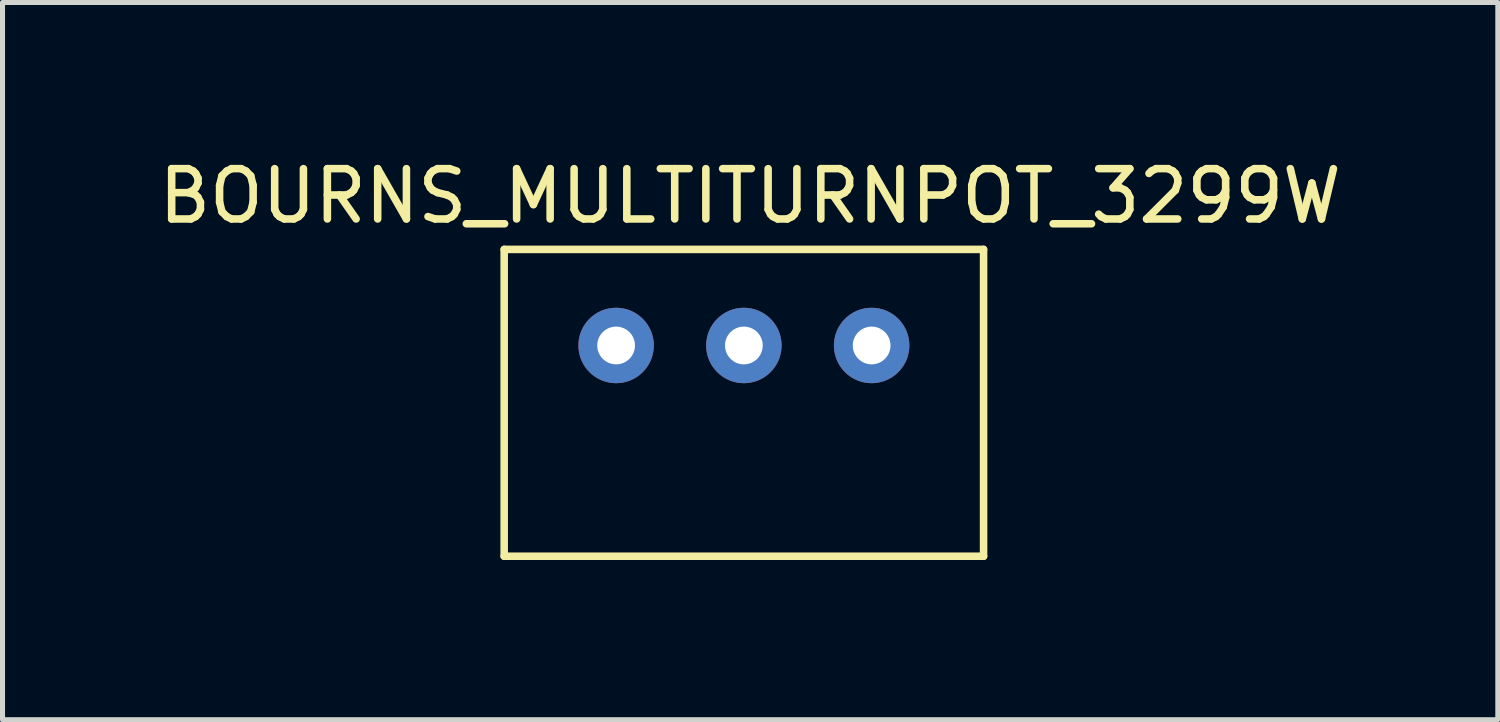
<source format=kicad_pcb>
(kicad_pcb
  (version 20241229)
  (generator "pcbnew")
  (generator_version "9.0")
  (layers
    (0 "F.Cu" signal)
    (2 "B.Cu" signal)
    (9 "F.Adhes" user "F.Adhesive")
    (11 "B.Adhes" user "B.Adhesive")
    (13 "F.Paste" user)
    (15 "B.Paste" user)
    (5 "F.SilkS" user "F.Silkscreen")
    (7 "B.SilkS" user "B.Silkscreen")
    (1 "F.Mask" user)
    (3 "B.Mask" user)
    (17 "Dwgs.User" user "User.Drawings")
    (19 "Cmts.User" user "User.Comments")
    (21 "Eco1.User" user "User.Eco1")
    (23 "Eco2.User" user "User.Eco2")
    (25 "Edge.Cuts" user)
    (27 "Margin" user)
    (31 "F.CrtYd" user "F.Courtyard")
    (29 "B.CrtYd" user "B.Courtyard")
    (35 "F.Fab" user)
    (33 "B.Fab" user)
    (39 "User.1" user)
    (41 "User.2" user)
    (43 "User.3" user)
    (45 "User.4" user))
  (footprint "BOURNS_MULTITURNPOT_3299W"
    (layer "F.Cu")
    (at 6.973 8.008)
    (property "Reference" "BOURNS_MULTITURNPOT_3299W" (at 4.89 -7.16 0) (layer "F.SilkS") (effects (font (size 1 1) (thickness 0.15))))
    (attr through_hole)
    (fp_line (start 0 -6.1) (end 9.53 -6.1) (stroke (width 0.15) (type solid)) (layer "F.SilkS"))
    (fp_line (start 0 0) (end 0 -6.1) (stroke (width 0.15) (type solid)) (layer "F.SilkS"))
    (fp_line (start 0 0) (end 9.53 0) (stroke (width 0.15) (type solid)) (layer "F.SilkS"))
    (fp_line (start 9.53 0) (end 9.53 -6.1) (stroke (width 0.15) (type solid)) (layer "F.SilkS"))
    (pad "1" thru_hole circle (at 2.225 -4.19) (size 1.5 1.5) (drill 0.75) (layers "*.Cu" "*.Mask"))
    (pad "2" thru_hole circle (at 4.765 -4.19) (size 1.5 1.5) (drill 0.75) (layers "*.Cu" "*.Mask"))
    (pad "3" thru_hole circle (at 7.305 -4.19) (size 1.5 1.5) (drill 0.75) (layers "*.Cu" "*.Mask")))
  (gr_rect
    (start -3 -3)
    (end 26.726 11.258)
    (stroke (width 0.1) (type default))
    (fill no)
    (layer "Edge.Cuts")))
</source>
